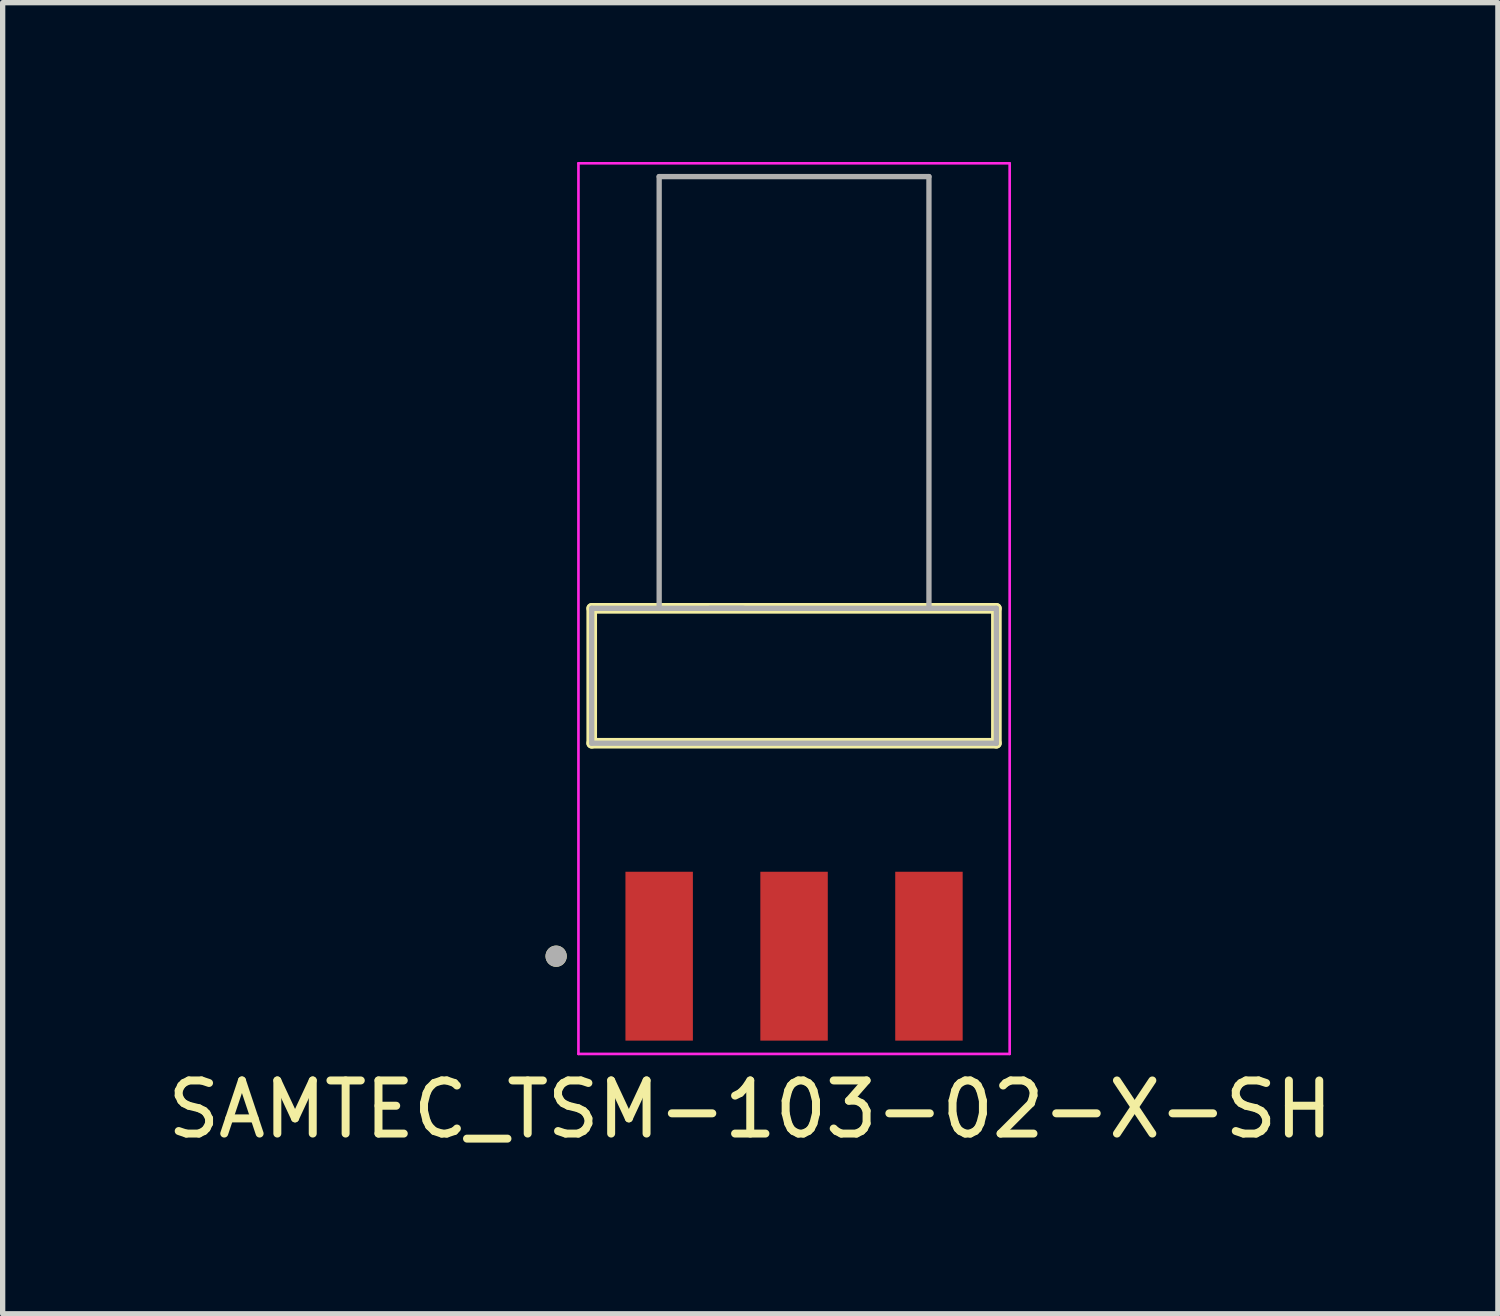
<source format=kicad_pcb>
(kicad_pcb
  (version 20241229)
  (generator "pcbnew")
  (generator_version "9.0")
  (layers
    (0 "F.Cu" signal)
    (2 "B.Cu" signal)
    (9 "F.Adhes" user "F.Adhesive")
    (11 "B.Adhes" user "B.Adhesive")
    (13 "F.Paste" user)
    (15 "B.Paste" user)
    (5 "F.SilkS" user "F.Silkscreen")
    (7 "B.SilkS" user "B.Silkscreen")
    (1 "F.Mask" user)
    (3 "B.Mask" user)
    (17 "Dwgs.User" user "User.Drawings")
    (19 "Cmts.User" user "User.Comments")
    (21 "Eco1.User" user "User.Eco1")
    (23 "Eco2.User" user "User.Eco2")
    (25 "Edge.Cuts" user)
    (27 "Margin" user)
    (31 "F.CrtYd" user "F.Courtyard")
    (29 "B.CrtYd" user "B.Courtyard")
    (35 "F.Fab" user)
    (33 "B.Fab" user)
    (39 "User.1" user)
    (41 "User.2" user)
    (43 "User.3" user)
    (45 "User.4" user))
  (footprint "SAMTEC_TSM-103-02-X-SH"
    (layer "F.Cu")
    (at 11.902 9.675)
    (property "Reference" "SAMTEC_TSM-103-02-X-SH" (at -0.825 8.165 0) (layer "F.SilkS") (effects (font (size 1 1) (thickness 0.15))))
    (attr smd)
    (fp_line (start -3.81 -1.27) (end -3.81 1.27) (stroke (width 0.2) (type solid)) (layer "F.SilkS"))
    (fp_line (start -3.81 1.27) (end 3.81 1.27) (stroke (width 0.2) (type solid)) (layer "F.SilkS"))
    (fp_line (start 3.81 -1.27) (end -3.81 -1.27) (stroke (width 0.2) (type solid)) (layer "F.SilkS"))
    (fp_line (start 3.81 1.27) (end 3.81 -1.27) (stroke (width 0.2) (type solid)) (layer "F.SilkS"))
    (fp_circle (center -4.48 5.28) (end -4.38 5.28) (stroke (width 0.2) (type solid)) (fill no) (layer "F.SilkS"))
    (fp_line (start -4.06 -9.65) (end -4.06 7.12) (stroke (width 0.05) (type solid)) (layer "F.CrtYd"))
    (fp_line (start -4.06 7.12) (end 4.06 7.12) (stroke (width 0.05) (type solid)) (layer "F.CrtYd"))
    (fp_line (start 4.06 -9.65) (end -4.06 -9.65) (stroke (width 0.05) (type solid)) (layer "F.CrtYd"))
    (fp_line (start 4.06 7.12) (end 4.06 -9.65) (stroke (width 0.05) (type solid)) (layer "F.CrtYd"))
    (fp_line (start -3.81 -1.27) (end -2.54 -1.27) (stroke (width 0.1) (type solid)) (layer "F.Fab"))
    (fp_line (start -3.81 1.27) (end -3.81 -1.27) (stroke (width 0.1) (type solid)) (layer "F.Fab"))
    (fp_line (start -3.81 1.27) (end 3.81 1.27) (stroke (width 0.1) (type solid)) (layer "F.Fab"))
    (fp_line (start -2.54 -9.4) (end 2.54 -9.4) (stroke (width 0.1) (type solid)) (layer "F.Fab"))
    (fp_line (start -2.54 -1.27) (end -2.54 -9.4) (stroke (width 0.1) (type solid)) (layer "F.Fab"))
    (fp_line (start -2.54 -1.27) (end 2.54 -1.27) (stroke (width 0.1) (type solid)) (layer "F.Fab"))
    (fp_line (start -1.588 -1.27) (end -0.952 -1.27) (stroke (width 0.1) (type solid)) (layer "F.Fab"))
    (fp_line (start 2.54 -1.27) (end 2.54 -9.4) (stroke (width 0.1) (type solid)) (layer "F.Fab"))
    (fp_line (start 2.54 -1.27) (end 3.81 -1.27) (stroke (width 0.1) (type solid)) (layer "F.Fab"))
    (fp_line (start 3.81 -1.27) (end 3.81 1.27) (stroke (width 0.1) (type solid)) (layer "F.Fab"))
    (fp_circle (center -4.48 5.28) (end -4.38 5.28) (stroke (width 0.2) (type solid)) (fill no) (layer "F.Fab"))
    (pad "01" smd rect (at -2.54 5.28) (size 1.27 3.18) (layers "F.Cu" "F.Mask" "F.Paste"))
    (pad "02" smd rect (at 0 5.28) (size 1.27 3.18) (layers "F.Cu" "F.Mask" "F.Paste"))
    (pad "03" smd rect (at 2.54 5.28) (size 1.27 3.18) (layers "F.Cu" "F.Mask" "F.Paste")))
  (gr_rect
    (start -3 -3)
    (end 25.155 21.688)
    (stroke (width 0.1) (type default))
    (fill no)
    (layer "Edge.Cuts")))
</source>
